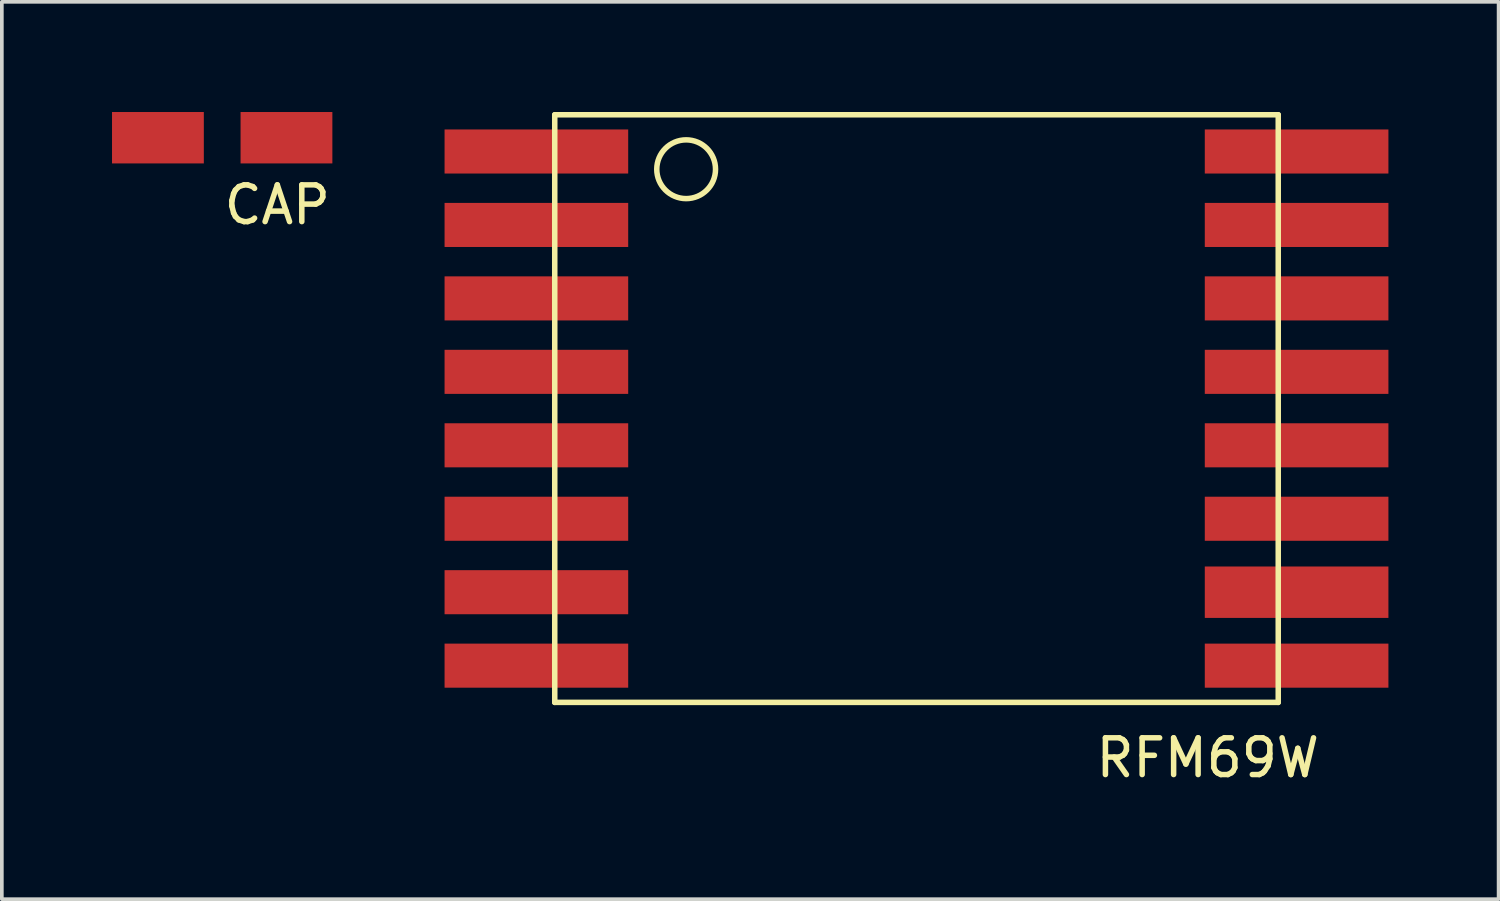
<source format=kicad_pcb>
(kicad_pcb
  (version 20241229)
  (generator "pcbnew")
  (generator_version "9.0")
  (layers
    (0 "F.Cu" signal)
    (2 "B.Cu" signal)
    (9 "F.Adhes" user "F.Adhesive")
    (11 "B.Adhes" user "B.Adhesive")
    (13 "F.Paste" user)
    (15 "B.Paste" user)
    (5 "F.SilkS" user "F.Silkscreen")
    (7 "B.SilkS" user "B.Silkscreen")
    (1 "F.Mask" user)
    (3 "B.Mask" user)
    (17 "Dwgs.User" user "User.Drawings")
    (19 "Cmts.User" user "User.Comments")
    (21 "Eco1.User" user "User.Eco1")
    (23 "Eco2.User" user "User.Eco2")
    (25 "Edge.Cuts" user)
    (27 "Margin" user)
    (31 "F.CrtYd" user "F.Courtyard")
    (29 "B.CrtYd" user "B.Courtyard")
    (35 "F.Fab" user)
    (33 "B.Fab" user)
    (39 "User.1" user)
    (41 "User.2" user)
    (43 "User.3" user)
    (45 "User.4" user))
  (footprint "RFM69W"
    (layer "F.Cu")
    (at 12.055 1.075)
    (property "Reference" "RFM69W" (at 17.78 16.51 0) (layer "F.SilkS") (effects (font (size 1 1) (thickness 0.15))))
    (attr through_hole)
    (fp_line (start 0 -1) (end 0 15) (stroke (width 0.15) (type solid)) (layer "F.SilkS"))
    (fp_line (start 0 -1) (end 19.7 -1) (stroke (width 0.15) (type solid)) (layer "F.SilkS"))
    (fp_line (start 0 15) (end 19.7 15) (stroke (width 0.15) (type solid)) (layer "F.SilkS"))
    (fp_line (start 19.7 -1) (end 19.7 15) (stroke (width 0.15) (type solid)) (layer "F.SilkS"))
    (fp_circle (center 3.578 0.483) (end 3.578 1.283) (stroke (width 0.15) (type solid)) (fill no) (layer "F.SilkS"))
    (pad "1" smd rect (at -0.5 0) (size 5 1.2) (layers "F.Cu" "F.Mask" "F.Paste"))
    (pad "2" smd rect (at -0.5 2) (size 5 1.2) (layers "F.Cu" "F.Mask" "F.Paste"))
    (pad "3" smd rect (at -0.5 4) (size 5 1.2) (layers "F.Cu" "F.Mask" "F.Paste"))
    (pad "4" smd rect (at -0.5 6) (size 5 1.2) (layers "F.Cu" "F.Mask" "F.Paste"))
    (pad "5" smd rect (at -0.5 8) (size 5 1.2) (layers "F.Cu" "F.Mask" "F.Paste"))
    (pad "6" smd rect (at -0.5 10) (size 5 1.2) (layers "F.Cu" "F.Mask" "F.Paste"))
    (pad "7" smd rect (at -0.5 12) (size 5 1.2) (layers "F.Cu" "F.Mask" "F.Paste"))
    (pad "8" smd rect (at -0.5 14) (size 5 1.2) (layers "F.Cu" "F.Mask" "F.Paste"))
    (pad "9" smd rect (at 20.2 14) (size 5 1.2) (layers "F.Cu" "F.Mask" "F.Paste"))
    (pad "10" smd rect (at 20.2 12) (size 5 1.4) (layers "F.Cu" "F.Mask" "F.Paste"))
    (pad "11" smd rect (at 20.2 10) (size 5 1.2) (layers "F.Cu" "F.Mask" "F.Paste"))
    (pad "12" smd rect (at 20.2 8) (size 5 1.2) (layers "F.Cu" "F.Mask" "F.Paste"))
    (pad "13" smd rect (at 20.2 6) (size 5 1.2) (layers "F.Cu" "F.Mask" "F.Paste"))
    (pad "14" smd rect (at 20.2 4) (size 5 1.2) (layers "F.Cu" "F.Mask" "F.Paste"))
    (pad "15" smd rect (at 20.2 2) (size 5 1.2) (layers "F.Cu" "F.Mask" "F.Paste"))
    (pad "16" smd rect (at 20.2 0) (size 5 1.2) (layers "F.Cu" "F.Mask" "F.Paste")))
  (footprint "CAP"
    (layer "F.Cu")
    (at 1.25 0.7)
    (property "Reference" "CAP" (at 3.251 1.829 0) (layer "F.SilkS") (effects (font (size 1 1) (thickness 0.15))))
    (attr through_hole)
    (pad "1" smd rect (at 0 0) (size 2.5 1.4) (layers "F.Cu" "F.Mask" "F.Paste"))
    (pad "2" smd rect (at 3.5 0) (size 2.5 1.4) (layers "F.Cu" "F.Mask" "F.Paste")))
  (gr_rect
    (start -3 -3)
    (end 37.755 21.433)
    (stroke (width 0.1) (type default))
    (fill no)
    (layer "Edge.Cuts")))
</source>
